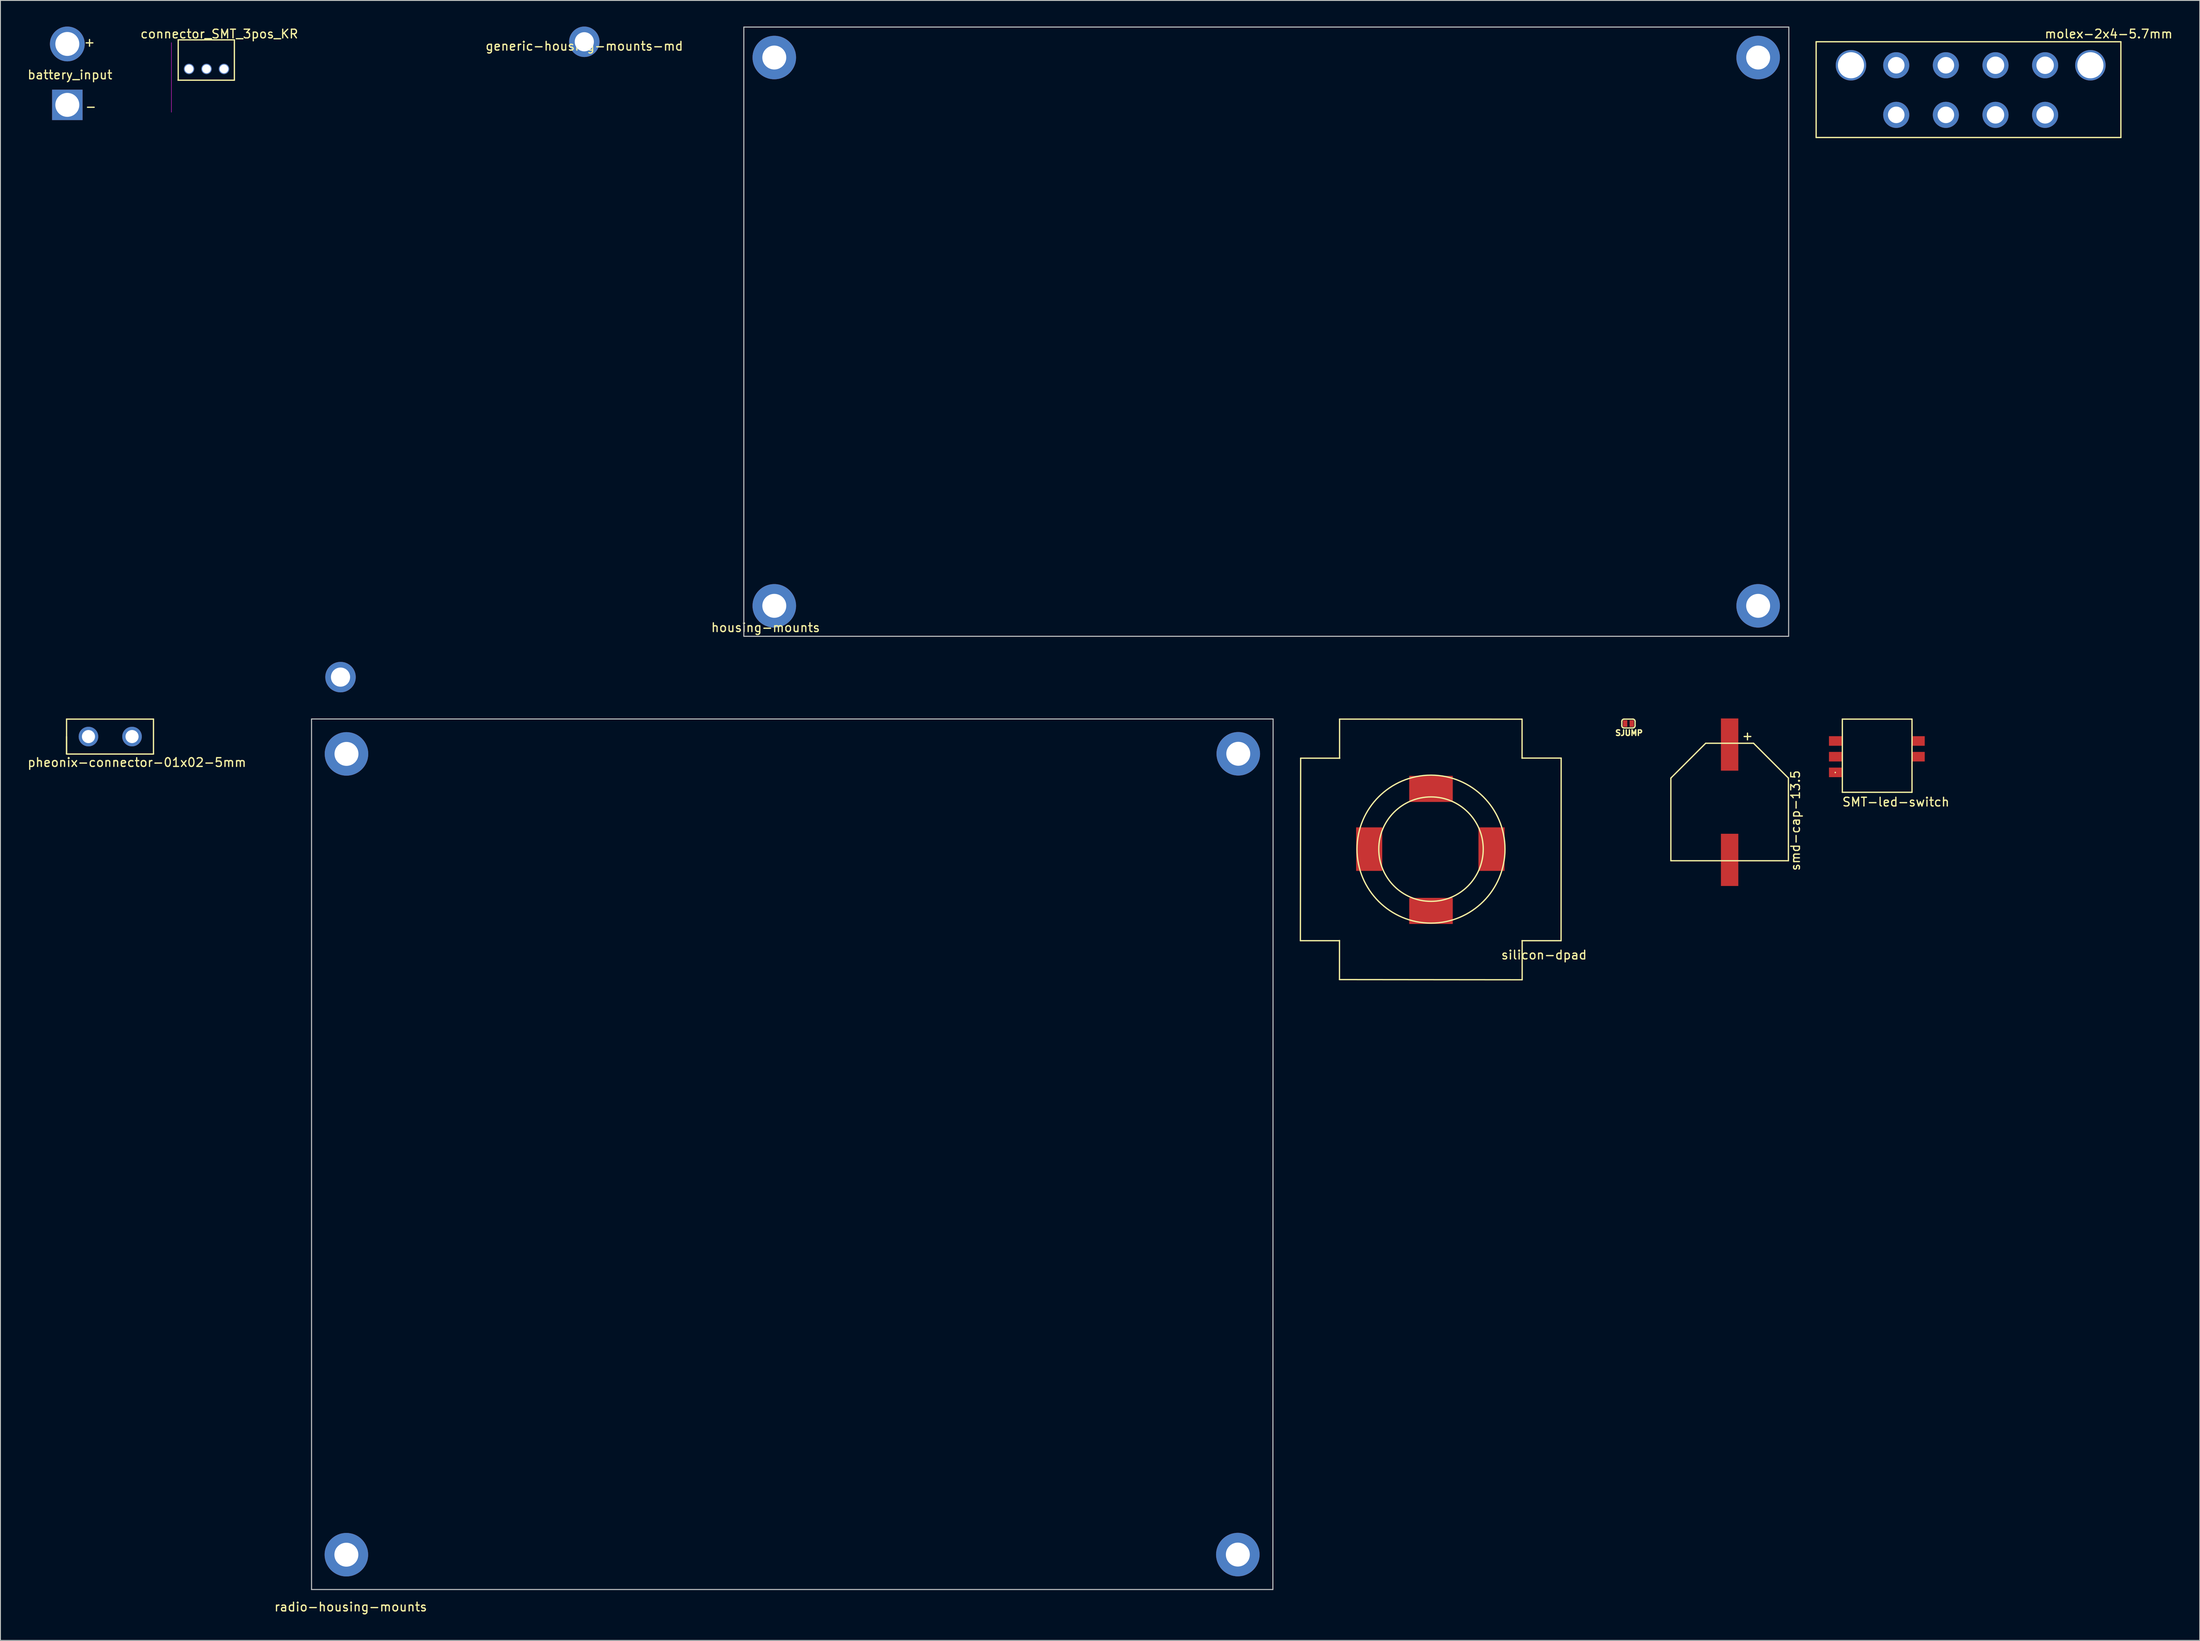
<source format=kicad_pcb>
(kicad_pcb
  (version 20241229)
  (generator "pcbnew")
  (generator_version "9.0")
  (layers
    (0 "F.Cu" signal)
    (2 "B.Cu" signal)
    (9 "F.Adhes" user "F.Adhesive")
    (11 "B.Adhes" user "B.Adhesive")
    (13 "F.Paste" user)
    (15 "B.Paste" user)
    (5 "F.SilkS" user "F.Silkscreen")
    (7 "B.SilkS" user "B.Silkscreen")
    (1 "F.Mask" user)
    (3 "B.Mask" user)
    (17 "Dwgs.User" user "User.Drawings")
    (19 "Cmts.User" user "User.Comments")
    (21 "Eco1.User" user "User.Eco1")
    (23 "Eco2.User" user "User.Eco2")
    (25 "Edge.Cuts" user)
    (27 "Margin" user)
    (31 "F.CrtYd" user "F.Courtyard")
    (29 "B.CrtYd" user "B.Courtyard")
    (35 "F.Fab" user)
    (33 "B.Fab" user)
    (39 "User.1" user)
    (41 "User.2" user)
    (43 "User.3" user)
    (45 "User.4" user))
  (footprint "generic-housing-mounts-md"
    (layer "F.Cu")
    (at 64.06 1.75)
    (property "Reference" "generic-housing-mounts-md" (at 0 0.5 0) (layer "F.SilkS") (effects (font (size 1 1) (thickness 0.15))))
    (attr through_hole)
    (pad "1" thru_hole circle (at -28 73) (size 3.5 3.5) (drill 2.2) (layers "*.Cu" "*.Mask"))
    (pad "1" thru_hole circle (at 0 0) (size 3.5 3.5) (drill 2.2) (layers "*.Cu" "*.Mask")))
  (footprint "housing-mounts"
    (layer "F.Cu")
    (at 82.381 70.06)
    (property "Reference" "housing-mounts" (at 2.5 -1 0) (layer "F.SilkS") (effects (font (size 1 1) (thickness 0.15))))
    (attr through_hole)
    (fp_line (start 0 -70) (end 0 0) (stroke (width 0.12) (type solid)) (layer "Dwgs.User"))
    (fp_line (start 0 0) (end 120 0) (stroke (width 0.12) (type solid)) (layer "Dwgs.User"))
    (fp_line (start 120 0) (end 120.025 -70) (stroke (width 0.12) (type solid)) (layer "Dwgs.User"))
    (fp_line (start 120.025 -70) (end 0 -70) (stroke (width 0.12) (type solid)) (layer "Dwgs.User"))
    (pad "" np_thru_hole circle (at 3.5 -66.5) (size 5 5) (drill 2.75) (layers "*.Cu" "*.Mask"))
    (pad "" np_thru_hole circle (at 3.5 -3.5) (size 5 5) (drill 2.75) (layers "*.Cu" "*.Mask"))
    (pad "" np_thru_hole circle (at 116.5 -66.5) (size 5 5) (drill 2.75) (layers "*.Cu" "*.Mask"))
    (pad "" np_thru_hole circle (at 116.5 -3.5) (size 5 5) (drill 2.75) (layers "*.Cu" "*.Mask")))
  (footprint "silicon-dpad"
    (layer "F.Cu")
    (at 161.306 94.515)
    (property "Reference" "silicon-dpad" (at 12.98 12.16 0) (layer "F.SilkS") (effects (font (size 1 1) (thickness 0.15))))
    (attr through_hole)
    (fp_line (start -14.97 -10.45) (end -15 10.52) (stroke (width 0.15) (type solid)) (layer "F.SilkS"))
    (fp_line (start -10.51 10.5) (end -10.51 14.99) (stroke (width 0.15) (type solid)) (layer "F.SilkS"))
    (fp_line (start -10.5 -14.94) (end 10.46 -14.93) (stroke (width 0.15) (type solid)) (layer "F.SilkS"))
    (fp_line (start -10.5 -10.44) (end -10.5 -14.94) (stroke (width 0.15) (type solid)) (layer "F.SilkS"))
    (fp_line (start -10.5 10.52) (end -15 10.52) (stroke (width 0.15) (type solid)) (layer "F.SilkS"))
    (fp_line (start -10.48 -10.45) (end -14.97 -10.45) (stroke (width 0.15) (type solid)) (layer "F.SilkS"))
    (fp_line (start 10.45 -10.46) (end 14.95 -10.46) (stroke (width 0.15) (type solid)) (layer "F.SilkS"))
    (fp_line (start 10.45 10.52) (end 14.94 10.52) (stroke (width 0.15) (type solid)) (layer "F.SilkS"))
    (fp_line (start 10.46 -10.44) (end 10.46 -14.93) (stroke (width 0.15) (type solid)) (layer "F.SilkS"))
    (fp_line (start 10.47 10.51) (end 10.47 15.01) (stroke (width 0.15) (type solid)) (layer "F.SilkS"))
    (fp_line (start 10.47 15.01) (end -10.51 14.99) (stroke (width 0.15) (type solid)) (layer "F.SilkS"))
    (fp_line (start 14.94 10.52) (end 14.95 -10.46) (stroke (width 0.15) (type solid)) (layer "F.SilkS"))
    (fp_circle (center 0 0) (end 6 0) (stroke (width 0.15) (type solid)) (fill no) (layer "F.SilkS"))
    (fp_circle (center 0 0) (end 8.5 0) (stroke (width 0.15) (type solid)) (fill no) (layer "F.SilkS"))
    (pad "1" smd rect (at -7.1 0 90) (size 5 3) (layers "F.Cu" "F.Mask" "F.Paste"))
    (pad "2" smd rect (at 6.95 0 270) (size 5 3) (layers "F.Cu" "F.Mask" "F.Paste"))
    (pad "3" smd rect (at 0 -6.92) (size 5 3) (layers "F.Cu" "F.Mask" "F.Paste"))
    (pad "4" smd rect (at 0 7.1 180) (size 5 3) (layers "F.Cu" "F.Mask" "F.Paste")))
  (footprint "smd-cap-13.5"
    (layer "F.Cu")
    (at 191.855 86.35)
    (property "Reference" "smd-cap-13.5" (at 11.31 4.88 90) (layer "F.SilkS") (effects (font (size 1 1) (thickness 0.15))))
    (attr through_hole)
    (fp_line (start -3 9.5) (end -3 0) (stroke (width 0.15) (type solid)) (layer "F.SilkS"))
    (fp_line (start 1 -4) (end -3 0) (stroke (width 0.15) (type solid)) (layer "F.SilkS"))
    (fp_line (start 6.5 -4) (end 1 -4) (stroke (width 0.15) (type solid)) (layer "F.SilkS"))
    (fp_line (start 10.5 0) (end 6.5 -4) (stroke (width 0.15) (type solid)) (layer "F.SilkS"))
    (fp_line (start 10.5 0) (end 10.5 9.5) (stroke (width 0.15) (type solid)) (layer "F.SilkS"))
    (fp_line (start 10.5 9.5) (end -3 9.5) (stroke (width 0.15) (type solid)) (layer "F.SilkS"))
    (fp_text user "+" (at 5.8 -4.85 0) (layer "F.SilkS") (effects (font (size 1 1) (thickness 0.15))))
    (pad "1" smd rect (at 3.75 -3.85 90) (size 6 2) (layers "F.Cu" "F.Mask" "F.Paste"))
    (pad "2" smd rect (at 3.75 9.4 90) (size 6 2) (layers "F.Cu" "F.Mask" "F.Paste")))
  (footprint "molex-2x4-5.7mm"
    (layer "F.Cu")
    (at 226.541 5.748)
    (property "Reference" "molex-2x4-5.7mm" (at 12.6 -4.9 0) (layer "F.SilkS") (effects (font (size 1 1) (thickness 0.15))))
    (attr through_hole)
    (fp_line (start -21 -4) (end 14 -4) (stroke (width 0.15) (type solid)) (layer "F.SilkS"))
    (fp_line (start -21 7) (end -21 -4) (stroke (width 0.15) (type solid)) (layer "F.SilkS"))
    (fp_line (start 14 -4) (end 14 7) (stroke (width 0.15) (type solid)) (layer "F.SilkS"))
    (fp_line (start 14 7) (end -21 7) (stroke (width 0.15) (type solid)) (layer "F.SilkS"))
    (pad "1" thru_hole circle (at 5.3 -1.3) (size 3 3) (drill 2) (layers "*.Cu" "*.Mask"))
    (pad "2" thru_hole circle (at -0.4 -1.3) (size 3 3) (drill 2) (layers "*.Cu" "*.Mask"))
    (pad "3" thru_hole circle (at -6.1 -1.3) (size 3 3) (drill 1.9) (layers "*.Cu" "*.Mask"))
    (pad "4" thru_hole circle (at -11.8 -1.3) (size 3 3) (drill 1.9) (layers "*.Cu" "*.Mask"))
    (pad "5" thru_hole circle (at -11.8 4.4) (size 3 3) (drill 1.9) (layers "*.Cu" "*.Mask"))
    (pad "6" thru_hole circle (at -6.1 4.4) (size 3 3) (drill 1.9) (layers "*.Cu" "*.Mask"))
    (pad "7" thru_hole circle (at -0.4 4.4) (size 3 3) (drill 2) (layers "*.Cu" "*.Mask"))
    (pad "8" thru_hole circle (at 5.3 4.4) (size 3 3) (drill 2) (layers "*.Cu" "*.Mask"))
    (pad "M" thru_hole circle (at -17 -1.3) (size 3.5 3.5) (drill 3) (layers "*.Cu" "*.Mask"))
    (pad "M" thru_hole circle (at 10.5 -1.3) (size 3.5 3.5) (drill 3) (layers "*.Cu" "*.Mask")))
  (footprint "pheonix-connector-01x02-5mm"
    (layer "F.Cu")
    (at 7.11 81.582)
    (property "Reference" "pheonix-connector-01x02-5mm" (at 5.563 2.972 0) (layer "F.SilkS") (effects (font (size 1 1) (thickness 0.15))))
    (attr through_hole)
    (fp_line (start -2.515 -2.007) (end -2.515 2.007) (stroke (width 0.15) (type solid)) (layer "F.SilkS"))
    (fp_line (start -2.515 0) (end -2.515 2.007) (stroke (width 0.15) (type solid)) (layer "F.SilkS"))
    (fp_line (start -2.515 2.007) (end 7.468 2.007) (stroke (width 0.15) (type solid)) (layer "F.SilkS"))
    (fp_line (start 7.468 -2.007) (end -2.515 -2.007) (stroke (width 0.15) (type solid)) (layer "F.SilkS"))
    (fp_line (start 7.468 2.007) (end 7.468 -2.007) (stroke (width 0.15) (type solid)) (layer "F.SilkS"))
    (pad "1" thru_hole circle (at 0 0) (size 2.25 2.25) (drill 1.5) (layers "*.Cu" "*.Mask"))
    (pad "2" thru_hole circle (at 5.004 0) (size 2.25 2.25) (drill 1.5) (layers "*.Cu" "*.Mask")))
  (footprint "SJUMP"
    (layer "F.Cu")
    (at 183.984 80.084)
    (property "Reference" "SJUMP" (at 0.064 1.079 0) (layer "F.SilkS") (effects (font (size 0.635 0.635) (thickness 0.159))))
    (attr smd)
    (fp_line (start -0.762 -0.254) (end -0.762 0.254) (stroke (width 0.15) (type solid)) (layer "F.SilkS"))
    (fp_line (start -0.508 0.508) (end 0.508 0.508) (stroke (width 0.15) (type solid)) (layer "F.SilkS"))
    (fp_line (start 0.508 -0.508) (end -0.508 -0.508) (stroke (width 0.15) (type solid)) (layer "F.SilkS"))
    (fp_line (start 0.762 0.254) (end 0.762 -0.254) (stroke (width 0.15) (type solid)) (layer "F.SilkS"))
    (fp_arc (start -0.762 -0.254) (mid -0.687605 -0.433605) (end -0.508 -0.508) (stroke (width 0.1524) (type solid)) (layer "F.SilkS"))
    (fp_arc (start -0.508 0.508) (mid -0.687605 0.433605) (end -0.762 0.254) (stroke (width 0.1524) (type solid)) (layer "F.SilkS"))
    (fp_arc (start 0.508 -0.508) (mid 0.687605 -0.433605) (end 0.762 -0.254) (stroke (width 0.1524) (type solid)) (layer "F.SilkS"))
    (fp_arc (start 0.762 0.254) (mid 0.687605 0.433605) (end 0.508 0.508) (stroke (width 0.1524) (type solid)) (layer "F.SilkS"))
    (pad "1" smd rect (at -0.381 0) (size 0.508 0.762) (layers "F.Cu" "F.Mask"))
    (pad "2" smd rect (at 0.381 0) (size 0.508 0.762) (layers "F.Cu" "F.Mask")))
  (footprint "battery_input"
    (layer "F.Cu")
    (at 3.582 4.3)
    (property "Reference" "battery_input" (at 1.4 1.25 180) (layer "F.SilkS") (effects (font (size 1 1) (thickness 0.15))))
    (attr through_hole)
    (fp_text user "-" (at 3.8 4.9 0) (layer "F.SilkS") (effects (font (size 1 1) (thickness 0.15))))
    (fp_text user "+" (at 3.65 -2.5 0) (layer "F.SilkS") (effects (font (size 1 1) (thickness 0.15))))
    (pad "1" thru_hole circle (at 1.1 -2.3) (size 4 4) (drill 2.75) (layers "*.Cu" "*.Mask"))
    (pad "2" thru_hole rect (at 1.1 4.7) (size 3.5 3.5) (drill 2.75) (layers "*.Cu" "*.Mask")))
  (footprint "connector_SMT_3pos_KR"
    (layer "F.Cu")
    (at 18.637 5.148)
    (property "Reference" "connector_SMT_3pos_KR" (at 3.5 -4.3 0) (layer "F.SilkS") (effects (font (size 1 1) (thickness 0.15))))
    (attr through_hole)
    (fp_line (start -1.245 1.016) (end 5.232 1.016) (stroke (width 0.15) (type solid)) (layer "F.SilkS"))
    (fp_line (start -1.219 -3.619) (end -1.219 1.017) (stroke (width 0.15) (type solid)) (layer "F.SilkS"))
    (fp_line (start 5.232 1.016) (end 5.232 -3.607) (stroke (width 0.15) (type solid)) (layer "F.SilkS"))
    (fp_line (start 5.232 -3.619) (end -1.219 -3.619) (stroke (width 0.15) (type solid)) (layer "F.SilkS"))
    (fp_line (start -2 4.7) (end -2 -3.3) (stroke (width 0.05) (type solid)) (layer "F.CrtYd"))
    (pad "1" thru_hole circle (at 0.025 -0.279) (size 1.2 1.2) (drill 1) (layers "*.Cu" "*.Mask"))
    (pad "2" thru_hole circle (at 2.032 -0.279) (size 1.2 1.2) (drill 1) (layers "*.Cu" "*.Mask"))
    (pad "3" thru_hole circle (at 4.039 -0.279) (size 1.2 1.2) (drill 1) (layers "*.Cu" "*.Mask")))
  (footprint "radio-housing-mounts"
    (layer "F.Cu")
    (at 32.732 179.585)
    (property "Reference" "radio-housing-mounts" (at 4.5 2 0) (layer "F.SilkS") (effects (font (size 1 1) (thickness 0.15))))
    (attr through_hole)
    (fp_line (start 0 -100.025) (end 0 0) (stroke (width 0.12) (type solid)) (layer "Dwgs.User"))
    (fp_line (start 0 0) (end 110.414 0) (stroke (width 0.12) (type solid)) (layer "Dwgs.User"))
    (fp_line (start 110.414 0) (end 110.439 -100.025) (stroke (width 0.12) (type solid)) (layer "Dwgs.User"))
    (fp_line (start 110.439 -100.025) (end 0 -100.025) (stroke (width 0.12) (type solid)) (layer "Dwgs.User"))
    (pad "" np_thru_hole circle (at 4 -4) (size 5 5) (drill 2.75) (layers "*.Cu" "*.Mask"))
    (pad "" np_thru_hole circle (at 4.013 -96.012) (size 5 5) (drill 2.75) (layers "*.Cu" "*.Mask"))
    (pad "" np_thru_hole circle (at 106.388 -4.013) (size 5 5) (drill 2.75) (layers "*.Cu" "*.Mask"))
    (pad "" np_thru_hole circle (at 106.439 -96.025) (size 5 5) (drill 2.75) (layers "*.Cu" "*.Mask")))
  (footprint "SMT-led-switch"
    (layer "F.Cu")
    (at 213.123 84.096)
    (property "Reference" "SMT-led-switch" (at 1.575 5.004 180) (layer "F.SilkS") (effects (font (size 1 1) (thickness 0.15))))
    (attr through_hole)
    (fp_line (start -5.385 1.626) (end -5.385 1.6) (stroke (width 0.15) (type solid)) (layer "F.SilkS"))
    (fp_line (start -4.572 -4.521) (end -4.572 3.886) (stroke (width 0.15) (type solid)) (layer "F.SilkS"))
    (fp_line (start -4.572 3.886) (end 3.429 3.886) (stroke (width 0.15) (type solid)) (layer "F.SilkS"))
    (fp_line (start 3.429 -4.521) (end -4.572 -4.521) (stroke (width 0.15) (type solid)) (layer "F.SilkS"))
    (fp_line (start 3.429 3.886) (end 3.429 -4.521) (stroke (width 0.15) (type solid)) (layer "F.SilkS"))
    (pad "1" smd rect (at -5.359 1.6 90) (size 1.1 1.5) (layers "F.Cu" "F.Mask" "F.Paste"))
    (pad "2" smd rect (at -5.359 -0.203 90) (size 1.1 1.5) (layers "F.Cu" "F.Mask" "F.Paste"))
    (pad "3" smd rect (at -5.359 -2.007 90) (size 1.1 1.5) (layers "F.Cu" "F.Mask" "F.Paste"))
    (pad "4" smd rect (at 4.14 -2.007 90) (size 1.1 1.5) (layers "F.Cu" "F.Mask" "F.Paste"))
    (pad "5" smd rect (at 4.14 -0.203 90) (size 1.1 1.5) (layers "F.Cu" "F.Mask" "F.Paste")))
  (gr_rect
    (start -3 -3)
    (end 249.6 185.433)
    (stroke (width 0.1) (type default))
    (fill no)
    (layer "Edge.Cuts")))
</source>
